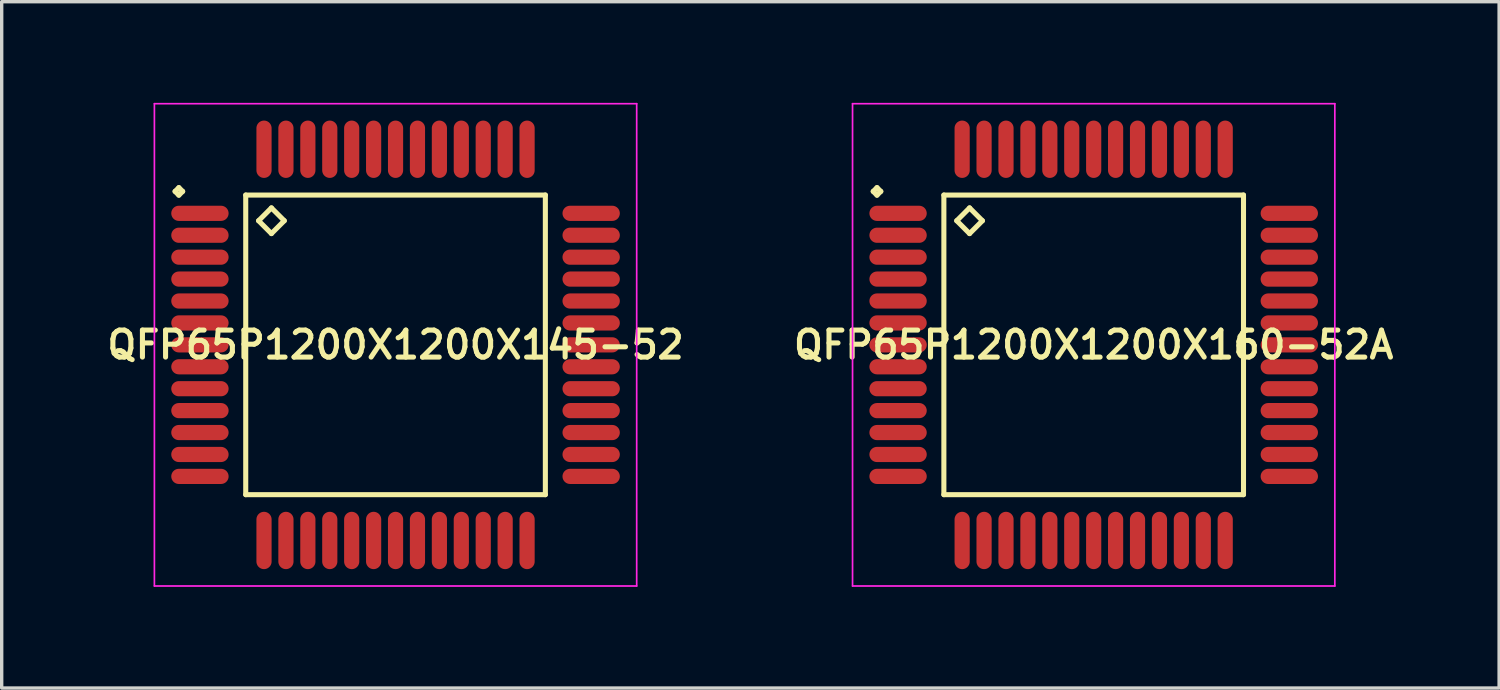
<source format=kicad_pcb>
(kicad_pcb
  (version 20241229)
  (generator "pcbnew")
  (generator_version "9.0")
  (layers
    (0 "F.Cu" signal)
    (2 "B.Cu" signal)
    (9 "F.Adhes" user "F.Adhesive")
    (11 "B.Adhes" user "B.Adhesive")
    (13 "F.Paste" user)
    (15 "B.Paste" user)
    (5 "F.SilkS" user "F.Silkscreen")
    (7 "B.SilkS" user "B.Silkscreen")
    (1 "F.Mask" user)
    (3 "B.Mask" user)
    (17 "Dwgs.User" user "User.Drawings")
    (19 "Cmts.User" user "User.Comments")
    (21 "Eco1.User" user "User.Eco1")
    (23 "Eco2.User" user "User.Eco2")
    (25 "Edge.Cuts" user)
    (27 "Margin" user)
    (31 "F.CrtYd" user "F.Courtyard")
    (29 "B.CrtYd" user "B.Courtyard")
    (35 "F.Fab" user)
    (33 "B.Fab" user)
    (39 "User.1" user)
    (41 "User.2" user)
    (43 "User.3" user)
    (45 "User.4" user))
  (footprint "QFP65P1200X1200X145-52"
    (layer "F.Cu")
    (at 8.678 7.175)
    (property "Reference" "QFP65P1200X1200X145-52" (at 0 0 0) (layer "F.SilkS") (effects (font (size 0.8 0.8) (thickness 0.15))))
    (attr smd)
    (fp_line (start -6.537 -4.55) (end -6.425 -4.662) (stroke (width 0.15) (type solid)) (layer "F.SilkS"))
    (fp_line (start -6.425 -4.662) (end -6.312 -4.55) (stroke (width 0.15) (type solid)) (layer "F.SilkS"))
    (fp_line (start -6.425 -4.438) (end -6.537 -4.55) (stroke (width 0.15) (type solid)) (layer "F.SilkS"))
    (fp_line (start -6.312 -4.55) (end -6.425 -4.438) (stroke (width 0.15) (type solid)) (layer "F.SilkS"))
    (fp_line (start -4.442 -4.442) (end -4.442 4.442) (stroke (width 0.15) (type solid)) (layer "F.SilkS"))
    (fp_line (start -4.442 4.442) (end 4.442 4.442) (stroke (width 0.15) (type solid)) (layer "F.SilkS"))
    (fp_line (start -4.061 -3.68) (end -3.68 -4.061) (stroke (width 0.15) (type solid)) (layer "F.SilkS"))
    (fp_line (start -3.68 -4.061) (end -3.299 -3.68) (stroke (width 0.15) (type solid)) (layer "F.SilkS"))
    (fp_line (start -3.68 -3.299) (end -4.061 -3.68) (stroke (width 0.15) (type solid)) (layer "F.SilkS"))
    (fp_line (start -3.299 -3.68) (end -3.68 -3.299) (stroke (width 0.15) (type solid)) (layer "F.SilkS"))
    (fp_line (start 4.442 -4.442) (end -4.442 -4.442) (stroke (width 0.15) (type solid)) (layer "F.SilkS"))
    (fp_line (start 4.442 4.442) (end 4.442 -4.442) (stroke (width 0.15) (type solid)) (layer "F.SilkS"))
    (fp_line (start -7.15 -7.15) (end 7.15 -7.15) (stroke (width 0.05) (type solid)) (layer "F.CrtYd"))
    (fp_line (start -7.15 7.15) (end -7.15 -7.15) (stroke (width 0.05) (type solid)) (layer "F.CrtYd"))
    (fp_line (start 7.15 -7.15) (end 7.15 7.15) (stroke (width 0.05) (type solid)) (layer "F.CrtYd"))
    (fp_line (start 7.15 7.15) (end -7.15 7.15) (stroke (width 0.05) (type solid)) (layer "F.CrtYd"))
    (pad "1" smd oval (at -5.8 -3.9) (size 1.7 0.45) (layers "F.Cu" "F.Mask" "F.Paste"))
    (pad "2" smd oval (at -5.8 -3.25) (size 1.7 0.45) (layers "F.Cu" "F.Mask" "F.Paste"))
    (pad "3" smd oval (at -5.8 -2.6) (size 1.7 0.45) (layers "F.Cu" "F.Mask" "F.Paste"))
    (pad "4" smd oval (at -5.8 -1.95) (size 1.7 0.45) (layers "F.Cu" "F.Mask" "F.Paste"))
    (pad "5" smd oval (at -5.8 -1.3) (size 1.7 0.45) (layers "F.Cu" "F.Mask" "F.Paste"))
    (pad "6" smd oval (at -5.8 -0.65) (size 1.7 0.45) (layers "F.Cu" "F.Mask" "F.Paste"))
    (pad "7" smd oval (at -5.8 0) (size 1.7 0.45) (layers "F.Cu" "F.Mask" "F.Paste"))
    (pad "8" smd oval (at -5.8 0.65) (size 1.7 0.45) (layers "F.Cu" "F.Mask" "F.Paste"))
    (pad "9" smd oval (at -5.8 1.3) (size 1.7 0.45) (layers "F.Cu" "F.Mask" "F.Paste"))
    (pad "10" smd oval (at -5.8 1.95) (size 1.7 0.45) (layers "F.Cu" "F.Mask" "F.Paste"))
    (pad "11" smd oval (at -5.8 2.6) (size 1.7 0.45) (layers "F.Cu" "F.Mask" "F.Paste"))
    (pad "12" smd oval (at -5.8 3.25) (size 1.7 0.45) (layers "F.Cu" "F.Mask" "F.Paste"))
    (pad "13" smd oval (at -5.8 3.9) (size 1.7 0.45) (layers "F.Cu" "F.Mask" "F.Paste"))
    (pad "14" smd oval (at -3.9 5.8) (size 0.45 1.7) (layers "F.Cu" "F.Mask" "F.Paste"))
    (pad "15" smd oval (at -3.25 5.8) (size 0.45 1.7) (layers "F.Cu" "F.Mask" "F.Paste"))
    (pad "16" smd oval (at -2.6 5.8) (size 0.45 1.7) (layers "F.Cu" "F.Mask" "F.Paste"))
    (pad "17" smd oval (at -1.95 5.8) (size 0.45 1.7) (layers "F.Cu" "F.Mask" "F.Paste"))
    (pad "18" smd oval (at -1.3 5.8) (size 0.45 1.7) (layers "F.Cu" "F.Mask" "F.Paste"))
    (pad "19" smd oval (at -0.65 5.8) (size 0.45 1.7) (layers "F.Cu" "F.Mask" "F.Paste"))
    (pad "20" smd oval (at 0 5.8) (size 0.45 1.7) (layers "F.Cu" "F.Mask" "F.Paste"))
    (pad "21" smd oval (at 0.65 5.8) (size 0.45 1.7) (layers "F.Cu" "F.Mask" "F.Paste"))
    (pad "22" smd oval (at 1.3 5.8) (size 0.45 1.7) (layers "F.Cu" "F.Mask" "F.Paste"))
    (pad "23" smd oval (at 1.95 5.8) (size 0.45 1.7) (layers "F.Cu" "F.Mask" "F.Paste"))
    (pad "24" smd oval (at 2.6 5.8) (size 0.45 1.7) (layers "F.Cu" "F.Mask" "F.Paste"))
    (pad "25" smd oval (at 3.25 5.8) (size 0.45 1.7) (layers "F.Cu" "F.Mask" "F.Paste"))
    (pad "26" smd oval (at 3.9 5.8) (size 0.45 1.7) (layers "F.Cu" "F.Mask" "F.Paste"))
    (pad "27" smd oval (at 5.8 3.9) (size 1.7 0.45) (layers "F.Cu" "F.Mask" "F.Paste"))
    (pad "28" smd oval (at 5.8 3.25) (size 1.7 0.45) (layers "F.Cu" "F.Mask" "F.Paste"))
    (pad "29" smd oval (at 5.8 2.6) (size 1.7 0.45) (layers "F.Cu" "F.Mask" "F.Paste"))
    (pad "30" smd oval (at 5.8 1.95) (size 1.7 0.45) (layers "F.Cu" "F.Mask" "F.Paste"))
    (pad "31" smd oval (at 5.8 1.3) (size 1.7 0.45) (layers "F.Cu" "F.Mask" "F.Paste"))
    (pad "32" smd oval (at 5.8 0.65) (size 1.7 0.45) (layers "F.Cu" "F.Mask" "F.Paste"))
    (pad "33" smd oval (at 5.8 0) (size 1.7 0.45) (layers "F.Cu" "F.Mask" "F.Paste"))
    (pad "34" smd oval (at 5.8 -0.65) (size 1.7 0.45) (layers "F.Cu" "F.Mask" "F.Paste"))
    (pad "35" smd oval (at 5.8 -1.3) (size 1.7 0.45) (layers "F.Cu" "F.Mask" "F.Paste"))
    (pad "36" smd oval (at 5.8 -1.95) (size 1.7 0.45) (layers "F.Cu" "F.Mask" "F.Paste"))
    (pad "37" smd oval (at 5.8 -2.6) (size 1.7 0.45) (layers "F.Cu" "F.Mask" "F.Paste"))
    (pad "38" smd oval (at 5.8 -3.25) (size 1.7 0.45) (layers "F.Cu" "F.Mask" "F.Paste"))
    (pad "39" smd oval (at 5.8 -3.9) (size 1.7 0.45) (layers "F.Cu" "F.Mask" "F.Paste"))
    (pad "40" smd oval (at 3.9 -5.8) (size 0.45 1.7) (layers "F.Cu" "F.Mask" "F.Paste"))
    (pad "41" smd oval (at 3.25 -5.8) (size 0.45 1.7) (layers "F.Cu" "F.Mask" "F.Paste"))
    (pad "42" smd oval (at 2.6 -5.8) (size 0.45 1.7) (layers "F.Cu" "F.Mask" "F.Paste"))
    (pad "43" smd oval (at 1.95 -5.8) (size 0.45 1.7) (layers "F.Cu" "F.Mask" "F.Paste"))
    (pad "44" smd oval (at 1.3 -5.8) (size 0.45 1.7) (layers "F.Cu" "F.Mask" "F.Paste"))
    (pad "45" smd oval (at 0.65 -5.8) (size 0.45 1.7) (layers "F.Cu" "F.Mask" "F.Paste"))
    (pad "46" smd oval (at 0 -5.8) (size 0.45 1.7) (layers "F.Cu" "F.Mask" "F.Paste"))
    (pad "47" smd oval (at -0.65 -5.8) (size 0.45 1.7) (layers "F.Cu" "F.Mask" "F.Paste"))
    (pad "48" smd oval (at -1.3 -5.8) (size 0.45 1.7) (layers "F.Cu" "F.Mask" "F.Paste"))
    (pad "49" smd oval (at -1.95 -5.8) (size 0.45 1.7) (layers "F.Cu" "F.Mask" "F.Paste"))
    (pad "50" smd oval (at -2.6 -5.8) (size 0.45 1.7) (layers "F.Cu" "F.Mask" "F.Paste"))
    (pad "51" smd oval (at -3.25 -5.8) (size 0.45 1.7) (layers "F.Cu" "F.Mask" "F.Paste"))
    (pad "52" smd oval (at -3.9 -5.8) (size 0.45 1.7) (layers "F.Cu" "F.Mask" "F.Paste")))
  (footprint "QFP65P1200X1200X160-52A"
    (layer "F.Cu")
    (at 29.378 7.175)
    (property "Reference" "QFP65P1200X1200X160-52A" (at 0 0 0) (layer "F.SilkS") (effects (font (size 0.8 0.8) (thickness 0.15))))
    (attr smd)
    (fp_line (start -6.537 -4.55) (end -6.425 -4.662) (stroke (width 0.15) (type solid)) (layer "F.SilkS"))
    (fp_line (start -6.425 -4.662) (end -6.312 -4.55) (stroke (width 0.15) (type solid)) (layer "F.SilkS"))
    (fp_line (start -6.425 -4.438) (end -6.537 -4.55) (stroke (width 0.15) (type solid)) (layer "F.SilkS"))
    (fp_line (start -6.312 -4.55) (end -6.425 -4.438) (stroke (width 0.15) (type solid)) (layer "F.SilkS"))
    (fp_line (start -4.442 -4.442) (end -4.442 4.442) (stroke (width 0.15) (type solid)) (layer "F.SilkS"))
    (fp_line (start -4.442 4.442) (end 4.442 4.442) (stroke (width 0.15) (type solid)) (layer "F.SilkS"))
    (fp_line (start -4.061 -3.68) (end -3.68 -4.061) (stroke (width 0.15) (type solid)) (layer "F.SilkS"))
    (fp_line (start -3.68 -4.061) (end -3.299 -3.68) (stroke (width 0.15) (type solid)) (layer "F.SilkS"))
    (fp_line (start -3.68 -3.299) (end -4.061 -3.68) (stroke (width 0.15) (type solid)) (layer "F.SilkS"))
    (fp_line (start -3.299 -3.68) (end -3.68 -3.299) (stroke (width 0.15) (type solid)) (layer "F.SilkS"))
    (fp_line (start 4.442 -4.442) (end -4.442 -4.442) (stroke (width 0.15) (type solid)) (layer "F.SilkS"))
    (fp_line (start 4.442 4.442) (end 4.442 -4.442) (stroke (width 0.15) (type solid)) (layer "F.SilkS"))
    (fp_line (start -7.15 -7.15) (end 7.15 -7.15) (stroke (width 0.05) (type solid)) (layer "F.CrtYd"))
    (fp_line (start -7.15 7.15) (end -7.15 -7.15) (stroke (width 0.05) (type solid)) (layer "F.CrtYd"))
    (fp_line (start 7.15 -7.15) (end 7.15 7.15) (stroke (width 0.05) (type solid)) (layer "F.CrtYd"))
    (fp_line (start 7.15 7.15) (end -7.15 7.15) (stroke (width 0.05) (type solid)) (layer "F.CrtYd"))
    (pad "1" smd oval (at -5.8 -3.9) (size 1.7 0.45) (layers "F.Cu" "F.Mask" "F.Paste"))
    (pad "2" smd oval (at -5.8 -3.25) (size 1.7 0.45) (layers "F.Cu" "F.Mask" "F.Paste"))
    (pad "3" smd oval (at -5.8 -2.6) (size 1.7 0.45) (layers "F.Cu" "F.Mask" "F.Paste"))
    (pad "4" smd oval (at -5.8 -1.95) (size 1.7 0.45) (layers "F.Cu" "F.Mask" "F.Paste"))
    (pad "5" smd oval (at -5.8 -1.3) (size 1.7 0.45) (layers "F.Cu" "F.Mask" "F.Paste"))
    (pad "6" smd oval (at -5.8 -0.65) (size 1.7 0.45) (layers "F.Cu" "F.Mask" "F.Paste"))
    (pad "7" smd oval (at -5.8 0) (size 1.7 0.45) (layers "F.Cu" "F.Mask" "F.Paste"))
    (pad "8" smd oval (at -5.8 0.65) (size 1.7 0.45) (layers "F.Cu" "F.Mask" "F.Paste"))
    (pad "9" smd oval (at -5.8 1.3) (size 1.7 0.45) (layers "F.Cu" "F.Mask" "F.Paste"))
    (pad "10" smd oval (at -5.8 1.95) (size 1.7 0.45) (layers "F.Cu" "F.Mask" "F.Paste"))
    (pad "11" smd oval (at -5.8 2.6) (size 1.7 0.45) (layers "F.Cu" "F.Mask" "F.Paste"))
    (pad "12" smd oval (at -5.8 3.25) (size 1.7 0.45) (layers "F.Cu" "F.Mask" "F.Paste"))
    (pad "13" smd oval (at -5.8 3.9) (size 1.7 0.45) (layers "F.Cu" "F.Mask" "F.Paste"))
    (pad "14" smd oval (at -3.9 5.8) (size 0.45 1.7) (layers "F.Cu" "F.Mask" "F.Paste"))
    (pad "15" smd oval (at -3.25 5.8) (size 0.45 1.7) (layers "F.Cu" "F.Mask" "F.Paste"))
    (pad "16" smd oval (at -2.6 5.8) (size 0.45 1.7) (layers "F.Cu" "F.Mask" "F.Paste"))
    (pad "17" smd oval (at -1.95 5.8) (size 0.45 1.7) (layers "F.Cu" "F.Mask" "F.Paste"))
    (pad "18" smd oval (at -1.3 5.8) (size 0.45 1.7) (layers "F.Cu" "F.Mask" "F.Paste"))
    (pad "19" smd oval (at -0.65 5.8) (size 0.45 1.7) (layers "F.Cu" "F.Mask" "F.Paste"))
    (pad "20" smd oval (at 0 5.8) (size 0.45 1.7) (layers "F.Cu" "F.Mask" "F.Paste"))
    (pad "21" smd oval (at 0.65 5.8) (size 0.45 1.7) (layers "F.Cu" "F.Mask" "F.Paste"))
    (pad "22" smd oval (at 1.3 5.8) (size 0.45 1.7) (layers "F.Cu" "F.Mask" "F.Paste"))
    (pad "23" smd oval (at 1.95 5.8) (size 0.45 1.7) (layers "F.Cu" "F.Mask" "F.Paste"))
    (pad "24" smd oval (at 2.6 5.8) (size 0.45 1.7) (layers "F.Cu" "F.Mask" "F.Paste"))
    (pad "25" smd oval (at 3.25 5.8) (size 0.45 1.7) (layers "F.Cu" "F.Mask" "F.Paste"))
    (pad "26" smd oval (at 3.9 5.8) (size 0.45 1.7) (layers "F.Cu" "F.Mask" "F.Paste"))
    (pad "27" smd oval (at 5.8 3.9) (size 1.7 0.45) (layers "F.Cu" "F.Mask" "F.Paste"))
    (pad "28" smd oval (at 5.8 3.25) (size 1.7 0.45) (layers "F.Cu" "F.Mask" "F.Paste"))
    (pad "29" smd oval (at 5.8 2.6) (size 1.7 0.45) (layers "F.Cu" "F.Mask" "F.Paste"))
    (pad "30" smd oval (at 5.8 1.95) (size 1.7 0.45) (layers "F.Cu" "F.Mask" "F.Paste"))
    (pad "31" smd oval (at 5.8 1.3) (size 1.7 0.45) (layers "F.Cu" "F.Mask" "F.Paste"))
    (pad "32" smd oval (at 5.8 0.65) (size 1.7 0.45) (layers "F.Cu" "F.Mask" "F.Paste"))
    (pad "33" smd oval (at 5.8 0) (size 1.7 0.45) (layers "F.Cu" "F.Mask" "F.Paste"))
    (pad "34" smd oval (at 5.8 -0.65) (size 1.7 0.45) (layers "F.Cu" "F.Mask" "F.Paste"))
    (pad "35" smd oval (at 5.8 -1.3) (size 1.7 0.45) (layers "F.Cu" "F.Mask" "F.Paste"))
    (pad "36" smd oval (at 5.8 -1.95) (size 1.7 0.45) (layers "F.Cu" "F.Mask" "F.Paste"))
    (pad "37" smd oval (at 5.8 -2.6) (size 1.7 0.45) (layers "F.Cu" "F.Mask" "F.Paste"))
    (pad "38" smd oval (at 5.8 -3.25) (size 1.7 0.45) (layers "F.Cu" "F.Mask" "F.Paste"))
    (pad "39" smd oval (at 5.8 -3.9) (size 1.7 0.45) (layers "F.Cu" "F.Mask" "F.Paste"))
    (pad "40" smd oval (at 3.9 -5.8) (size 0.45 1.7) (layers "F.Cu" "F.Mask" "F.Paste"))
    (pad "41" smd oval (at 3.25 -5.8) (size 0.45 1.7) (layers "F.Cu" "F.Mask" "F.Paste"))
    (pad "42" smd oval (at 2.6 -5.8) (size 0.45 1.7) (layers "F.Cu" "F.Mask" "F.Paste"))
    (pad "43" smd oval (at 1.95 -5.8) (size 0.45 1.7) (layers "F.Cu" "F.Mask" "F.Paste"))
    (pad "44" smd oval (at 1.3 -5.8) (size 0.45 1.7) (layers "F.Cu" "F.Mask" "F.Paste"))
    (pad "45" smd oval (at 0.65 -5.8) (size 0.45 1.7) (layers "F.Cu" "F.Mask" "F.Paste"))
    (pad "46" smd oval (at 0 -5.8) (size 0.45 1.7) (layers "F.Cu" "F.Mask" "F.Paste"))
    (pad "47" smd oval (at -0.65 -5.8) (size 0.45 1.7) (layers "F.Cu" "F.Mask" "F.Paste"))
    (pad "48" smd oval (at -1.3 -5.8) (size 0.45 1.7) (layers "F.Cu" "F.Mask" "F.Paste"))
    (pad "49" smd oval (at -1.95 -5.8) (size 0.45 1.7) (layers "F.Cu" "F.Mask" "F.Paste"))
    (pad "50" smd oval (at -2.6 -5.8) (size 0.45 1.7) (layers "F.Cu" "F.Mask" "F.Paste"))
    (pad "51" smd oval (at -3.25 -5.8) (size 0.45 1.7) (layers "F.Cu" "F.Mask" "F.Paste"))
    (pad "52" smd oval (at -3.9 -5.8) (size 0.45 1.7) (layers "F.Cu" "F.Mask" "F.Paste")))
  (gr_rect
    (start -3 -3)
    (end 41.399 17.35)
    (stroke (width 0.1) (type default))
    (fill no)
    (layer "Edge.Cuts")))
</source>
